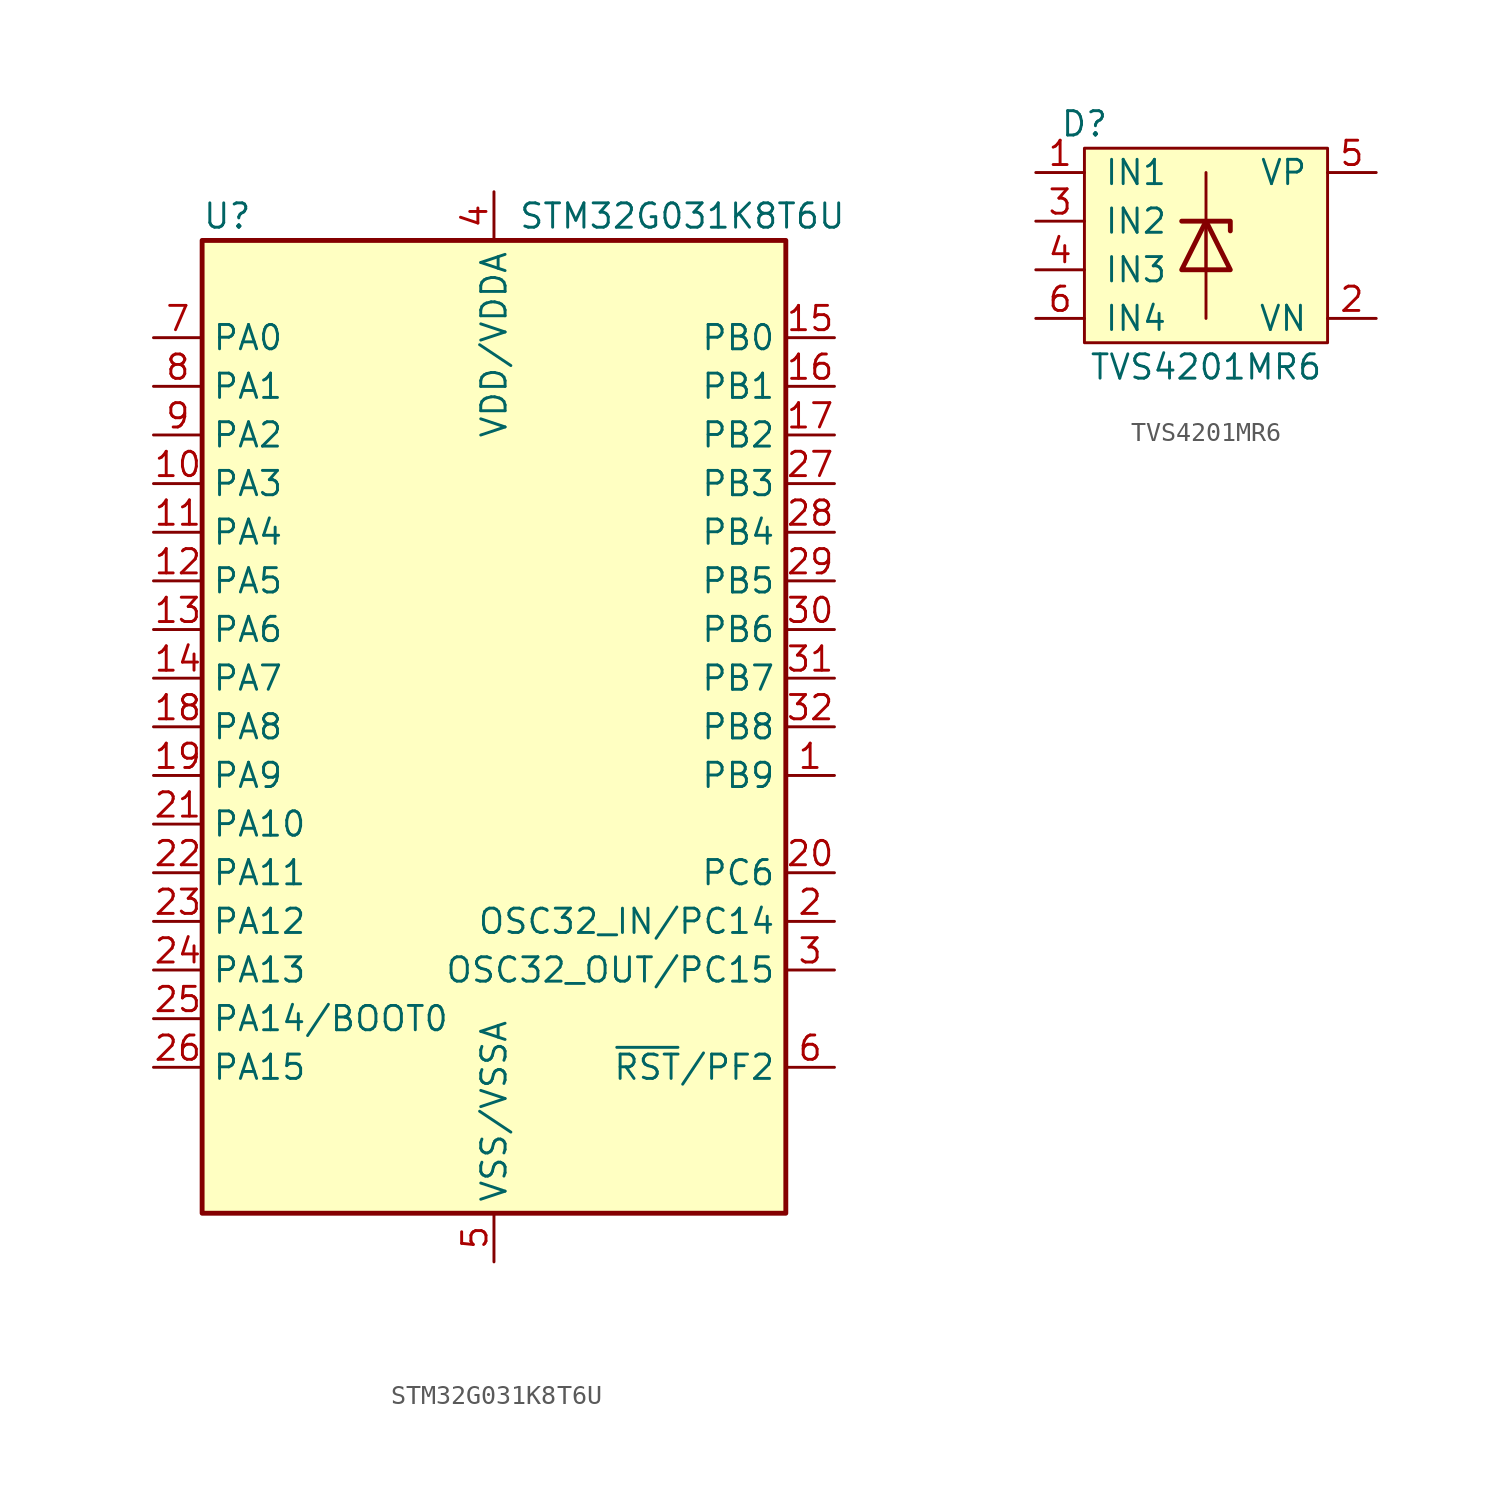
<source format=kicad_sym>
(kicad_symbol_lib
  (version 20241209)
  (generator "kicad_symbol_editor")
  (generator_version "9.0")
  (symbol "STM32G031K8T6U"
    (property "Reference" "U"
      (at -15.24 26.67 0)
      (effects (font (size 1.27 1.27)) (justify left)))
    (property "Value" "STM32G031K8T6U"
      (at 1.27 26.67 0)
      (effects (font (size 1.27 1.27)) (justify left)))
    (symbol "STM32G031K8T6U_0_1"
      (rectangle (start -15.24 -25.4) (end 15.24 25.4) (stroke (width 0.254) (type solid)) (fill (type background))))
    (symbol "STM32G031K8T6U_1_1"
      (pin bidirectional line (at -17.78 20.32 0) (length 2.54) (name "PA0" (effects (font (size 1.27 1.27)))) (number "7" (effects (font (size 1.27 1.27)))))
      (pin bidirectional line (at -17.78 17.78 0) (length 2.54) (name "PA1" (effects (font (size 1.27 1.27)))) (number "8" (effects (font (size 1.27 1.27)))))
      (pin bidirectional line (at -17.78 15.24 0) (length 2.54) (name "PA2" (effects (font (size 1.27 1.27)))) (number "9" (effects (font (size 1.27 1.27)))))
      (pin bidirectional line (at -17.78 12.7 0) (length 2.54) (name "PA3" (effects (font (size 1.27 1.27)))) (number "10" (effects (font (size 1.27 1.27)))))
      (pin bidirectional line (at -17.78 10.16 0) (length 2.54) (name "PA4" (effects (font (size 1.27 1.27)))) (number "11" (effects (font (size 1.27 1.27)))))
      (pin bidirectional line (at -17.78 7.62 0) (length 2.54) (name "PA5" (effects (font (size 1.27 1.27)))) (number "12" (effects (font (size 1.27 1.27)))))
      (pin bidirectional line (at -17.78 5.08 0) (length 2.54) (name "PA6" (effects (font (size 1.27 1.27)))) (number "13" (effects (font (size 1.27 1.27)))))
      (pin bidirectional line (at -17.78 2.54 0) (length 2.54) (name "PA7" (effects (font (size 1.27 1.27)))) (number "14" (effects (font (size 1.27 1.27)))))
      (pin bidirectional line (at -17.78 0 0) (length 2.54) (name "PA8" (effects (font (size 1.27 1.27)))) (number "18" (effects (font (size 1.27 1.27)))))
      (pin bidirectional line (at -17.78 -2.54 0) (length 2.54) (name "PA9" (effects (font (size 1.27 1.27)))) (number "19" (effects (font (size 1.27 1.27)))))
      (pin bidirectional line (at -17.78 -5.08 0) (length 2.54) (name "PA10" (effects (font (size 1.27 1.27)))) (number "21" (effects (font (size 1.27 1.27)))))
      (pin bidirectional line (at -17.78 -7.62 0) (length 2.54) (name "PA11" (effects (font (size 1.27 1.27)))) (number "22" (effects (font (size 1.27 1.27)))))
      (pin bidirectional line (at -17.78 -10.16 0) (length 2.54) (name "PA12" (effects (font (size 1.27 1.27)))) (number "23" (effects (font (size 1.27 1.27)))))
      (pin bidirectional line (at -17.78 -12.7 0) (length 2.54) (name "PA13" (effects (font (size 1.27 1.27)))) (number "24" (effects (font (size 1.27 1.27)))))
      (pin bidirectional line (at -17.78 -15.24 0) (length 2.54) (name "PA14/BOOT0" (effects (font (size 1.27 1.27)))) (number "25" (effects (font (size 1.27 1.27)))))
      (pin bidirectional line (at -17.78 -17.78 0) (length 2.54) (name "PA15" (effects (font (size 1.27 1.27)))) (number "26" (effects (font (size 1.27 1.27)))))
      (pin power_in line (at 0 27.94 270) (length 2.54) (name "VDD/VDDA" (effects (font (size 1.27 1.27)))) (number "4" (effects (font (size 1.27 1.27)))))
      (pin power_in line (at 0 -27.94 90) (length 2.54) (name "VSS/VSSA" (effects (font (size 1.27 1.27)))) (number "5" (effects (font (size 1.27 1.27)))))
      (pin bidirectional line (at 17.78 20.32 180) (length 2.54) (name "PB0" (effects (font (size 1.27 1.27)))) (number "15" (effects (font (size 1.27 1.27)))))
      (pin bidirectional line (at 17.78 17.78 180) (length 2.54) (name "PB1" (effects (font (size 1.27 1.27)))) (number "16" (effects (font (size 1.27 1.27)))))
      (pin bidirectional line (at 17.78 15.24 180) (length 2.54) (name "PB2" (effects (font (size 1.27 1.27)))) (number "17" (effects (font (size 1.27 1.27)))))
      (pin bidirectional line (at 17.78 12.7 180) (length 2.54) (name "PB3" (effects (font (size 1.27 1.27)))) (number "27" (effects (font (size 1.27 1.27)))))
      (pin bidirectional line (at 17.78 10.16 180) (length 2.54) (name "PB4" (effects (font (size 1.27 1.27)))) (number "28" (effects (font (size 1.27 1.27)))))
      (pin bidirectional line (at 17.78 7.62 180) (length 2.54) (name "PB5" (effects (font (size 1.27 1.27)))) (number "29" (effects (font (size 1.27 1.27)))))
      (pin bidirectional line (at 17.78 5.08 180) (length 2.54) (name "PB6" (effects (font (size 1.27 1.27)))) (number "30" (effects (font (size 1.27 1.27)))))
      (pin bidirectional line (at 17.78 2.54 180) (length 2.54) (name "PB7" (effects (font (size 1.27 1.27)))) (number "31" (effects (font (size 1.27 1.27)))))
      (pin bidirectional line (at 17.78 0 180) (length 2.54) (name "PB8" (effects (font (size 1.27 1.27)))) (number "32" (effects (font (size 1.27 1.27)))))
      (pin bidirectional line (at 17.78 -2.54 180) (length 2.54) (name "PB9" (effects (font (size 1.27 1.27)))) (number "1" (effects (font (size 1.27 1.27)))))
      (pin bidirectional line (at 17.78 -7.62 180) (length 2.54) (name "PC6" (effects (font (size 1.27 1.27)))) (number "20" (effects (font (size 1.27 1.27)))))
      (pin bidirectional line (at 17.78 -10.16 180) (length 2.54) (name "OSC32_IN/PC14" (effects (font (size 1.27 1.27)))) (number "2" (effects (font (size 1.27 1.27)))))
      (pin bidirectional line (at 17.78 -12.7 180) (length 2.54) (name "OSC32_OUT/PC15" (effects (font (size 1.27 1.27)))) (number "3" (effects (font (size 1.27 1.27)))))
      (pin bidirectional line (at 17.78 -17.78 180) (length 2.54) (name "~{RST}/PF2" (effects (font (size 1.27 1.27)))) (number "6" (effects (font (size 1.27 1.27)))))))
  (symbol "TVS4201MR6"
    (pin_names
      (offset 1.016))
    (property "Reference" "D"
      (at -6.35 6.35 0)
      (effects (font (size 1.27 1.27))))
    (property "Value" "TVS4201MR6"
      (at 0 -6.35 0)
      (effects (font (size 1.27 1.27))))
    (symbol "TVS4201MR6_0_1"
      (rectangle (start -6.35 5.08) (end 6.35 -5.08) (stroke (width 0) (type solid)) (fill (type background)))
      (polyline (pts (xy 0 3.81) (xy 0 -3.81)) (stroke (width 0) (type solid)) (fill (type none))))
    (symbol "TVS4201MR6_1_1"
      (polyline (pts (xy -1.27 1.27) (xy 1.27 1.27) (xy 1.27 0.762)) (stroke (width 0.254) (type solid)) (fill (type none)))
      (polyline (pts (xy -1.27 -1.27) (xy 1.27 -1.27) (xy 0 1.27) (xy -1.27 -1.27)) (stroke (width 0.254) (type solid)) (fill (type none)))
      (polyline (pts (xy 0 -1.27) (xy 0 1.27)) (stroke (width 0) (type solid)) (fill (type none)))
      (pin input line (at -8.89 3.81 0) (length 2.54) (name "IN1" (effects (font (size 1.27 1.27)))) (number "1" (effects (font (size 1.27 1.27)))))
      (pin input line (at -8.89 1.27 0) (length 2.54) (name "IN2" (effects (font (size 1.27 1.27)))) (number "3" (effects (font (size 1.27 1.27)))))
      (pin input line (at -8.89 -1.27 0) (length 2.54) (name "IN3" (effects (font (size 1.27 1.27)))) (number "4" (effects (font (size 1.27 1.27)))))
      (pin input line (at -8.89 -3.81 0) (length 2.54) (name "IN4" (effects (font (size 1.27 1.27)))) (number "6" (effects (font (size 1.27 1.27)))))
      (pin input line (at 8.89 3.81 180) (length 2.54) (name "VP" (effects (font (size 1.27 1.27)))) (number "5" (effects (font (size 1.27 1.27)))))
      (pin input line (at 8.89 -3.81 180) (length 2.54) (name "VN" (effects (font (size 1.27 1.27)))) (number "2" (effects (font (size 1.27 1.27))))))))
</source>
